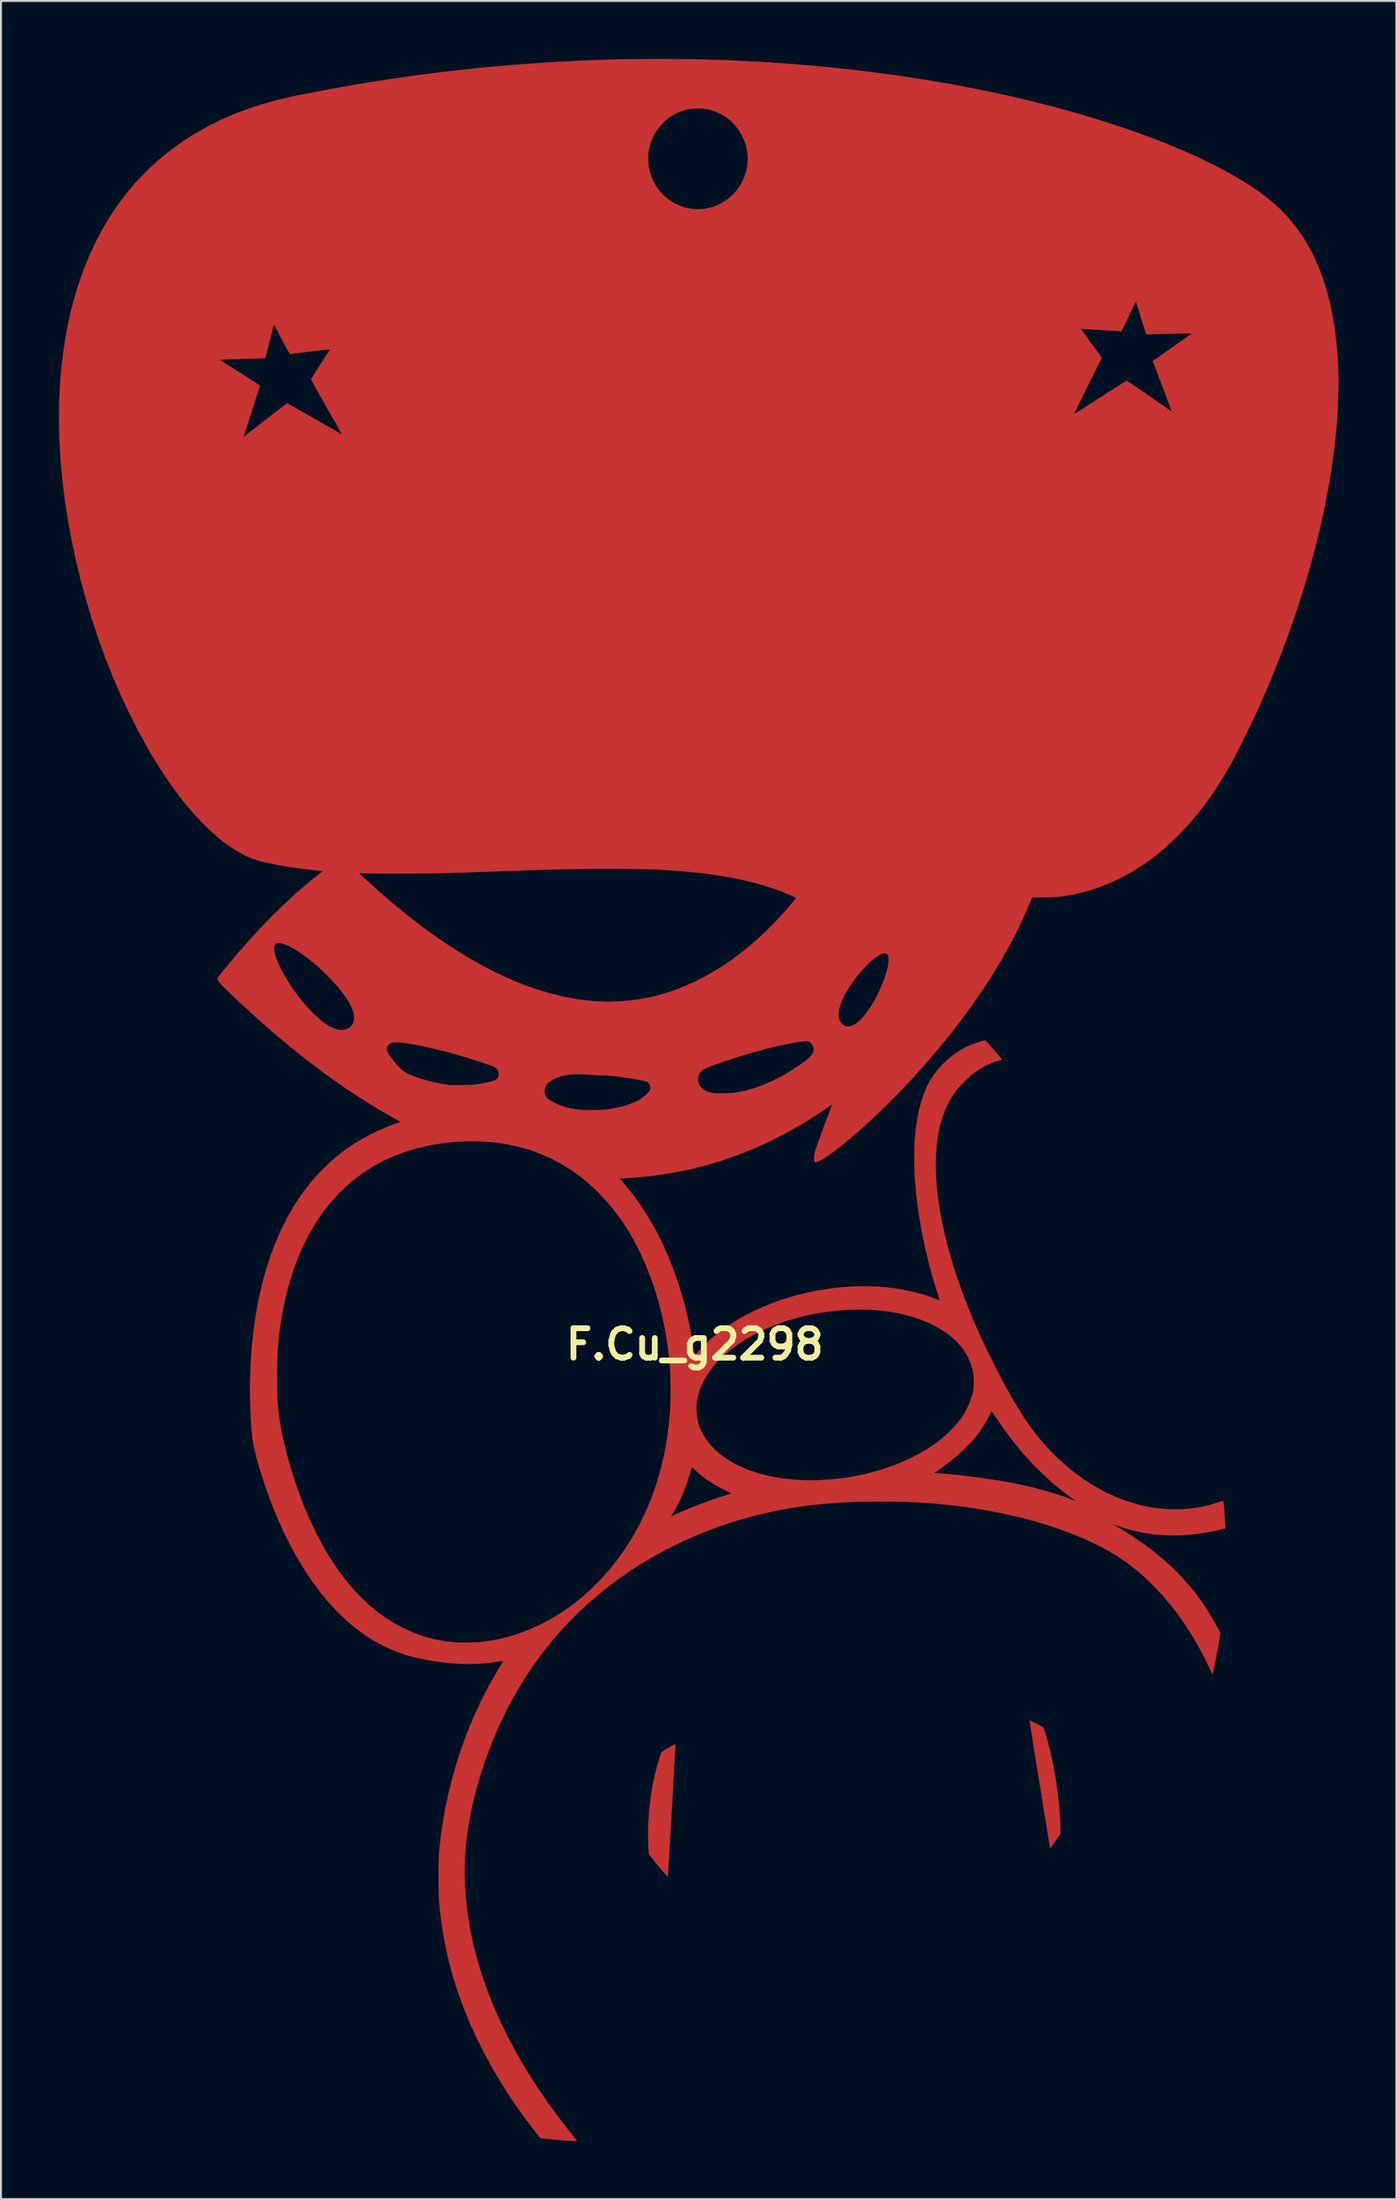
<source format=kicad_pcb>
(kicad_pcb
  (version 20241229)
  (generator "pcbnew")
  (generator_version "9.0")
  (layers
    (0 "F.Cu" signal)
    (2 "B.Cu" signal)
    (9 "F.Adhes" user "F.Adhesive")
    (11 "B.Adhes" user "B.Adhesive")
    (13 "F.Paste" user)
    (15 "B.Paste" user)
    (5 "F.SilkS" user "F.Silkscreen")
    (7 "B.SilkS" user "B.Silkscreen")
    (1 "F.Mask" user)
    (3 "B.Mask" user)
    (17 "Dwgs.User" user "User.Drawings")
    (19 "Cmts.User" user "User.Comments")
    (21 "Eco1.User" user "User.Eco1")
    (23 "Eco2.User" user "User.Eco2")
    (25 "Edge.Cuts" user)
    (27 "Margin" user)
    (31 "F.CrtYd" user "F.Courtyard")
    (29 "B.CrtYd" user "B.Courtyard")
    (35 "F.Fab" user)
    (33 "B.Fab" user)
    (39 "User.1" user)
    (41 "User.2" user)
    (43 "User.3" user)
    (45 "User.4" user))
  (footprint "F.Cu_g2298"
    (layer "F.Cu")
    (at 32.912 66.492)
    (property "Reference" "F.Cu_g2298" (at 0 0 0) (layer "F.SilkS") (effects (font (size 1.524 1.524) (thickness 0.3))))
    (attr through_hole)
    (fp_poly (pts (xy 17.361 19.463) (xy 17.414 19.486) (xy 17.489 19.522) (xy 17.58 19.567) (xy 17.679 19.617) (xy 17.779 19.668) (xy 17.872 19.717) (xy 17.952 19.759) (xy 18.01 19.792) (xy 18.04 19.811) (xy 18.041 19.812) (xy 18.057 19.842) (xy 18.082 19.909) (xy 18.114 20.008) (xy 18.152 20.133) (xy 18.194 20.28) (xy 18.24 20.445) (xy 18.287 20.622) (xy 18.335 20.807) (xy 18.383 20.995) (xy 18.428 21.181) (xy 18.454 21.294) (xy 18.556 21.771) (xy 18.648 22.272) (xy 18.729 22.789) (xy 18.798 23.311) (xy 18.854 23.829) (xy 18.894 24.333) (xy 18.919 24.813) (xy 18.926 25.063) (xy 18.93 25.308) (xy 18.716 25.624) (xy 18.613 25.774) (xy 18.531 25.89) (xy 18.47 25.974) (xy 18.428 26.027) (xy 18.403 26.05) (xy 18.394 26.046) (xy 18.391 26.023) (xy 18.381 25.96) (xy 18.365 25.861) (xy 18.343 25.726) (xy 18.316 25.558) (xy 18.283 25.36) (xy 18.247 25.134) (xy 18.206 24.882) (xy 18.161 24.605) (xy 18.112 24.308) (xy 18.06 23.991) (xy 18.006 23.657) (xy 17.949 23.308) (xy 17.89 22.947) (xy 17.857 22.744) (xy 17.797 22.377) (xy 17.739 22.021) (xy 17.684 21.68) (xy 17.632 21.354) (xy 17.582 21.046) (xy 17.536 20.759) (xy 17.495 20.494) (xy 17.457 20.254) (xy 17.424 20.041) (xy 17.395 19.858) (xy 17.372 19.706) (xy 17.355 19.588) (xy 17.344 19.506) (xy 17.339 19.463) (xy 17.339 19.456) (xy 17.361 19.463)) (stroke (width 0.01) (type solid)) (fill yes) (layer "F.Cu"))
    (fp_poly (pts (xy -1.007 20.705) (xy -1.009 20.766) (xy -1.014 20.865) (xy -1.02 20.997) (xy -1.029 21.161) (xy -1.039 21.353) (xy -1.051 21.571) (xy -1.064 21.813) (xy -1.078 22.075) (xy -1.094 22.354) (xy -1.11 22.649) (xy -1.127 22.956) (xy -1.145 23.273) (xy -1.164 23.597) (xy -1.182 23.925) (xy -1.201 24.254) (xy -1.22 24.583) (xy -1.239 24.907) (xy -1.257 25.225) (xy -1.275 25.534) (xy -1.293 25.83) (xy -1.309 26.112) (xy -1.325 26.376) (xy -1.34 26.62) (xy -1.353 26.842) (xy -1.365 27.037) (xy -1.376 27.205) (xy -1.385 27.341) (xy -1.392 27.444) (xy -1.397 27.51) (xy -1.4 27.537) (xy -1.4 27.538) (xy -1.422 27.523) (xy -1.453 27.488) (xy -1.481 27.454) (xy -1.531 27.396) (xy -1.596 27.321) (xy -1.67 27.236) (xy -1.693 27.21) (xy -1.786 27.103) (xy -1.884 26.985) (xy -1.984 26.863) (xy -2.081 26.742) (xy -2.17 26.628) (xy -2.248 26.526) (xy -2.309 26.441) (xy -2.349 26.381) (xy -2.36 26.361) (xy -2.371 26.315) (xy -2.381 26.233) (xy -2.39 26.12) (xy -2.397 25.98) (xy -2.403 25.82) (xy -2.407 25.644) (xy -2.409 25.459) (xy -2.41 25.27) (xy -2.408 25.081) (xy -2.405 24.899) (xy -2.399 24.729) (xy -2.394 24.627) (xy -2.34 23.933) (xy -2.256 23.268) (xy -2.143 22.628) (xy -1.999 22.012) (xy -1.969 21.897) (xy -1.928 21.751) (xy -1.885 21.605) (xy -1.843 21.466) (xy -1.803 21.34) (xy -1.768 21.232) (xy -1.738 21.151) (xy -1.718 21.1) (xy -1.711 21.089) (xy -1.688 21.071) (xy -1.635 21.038) (xy -1.561 20.993) (xy -1.473 20.94) (xy -1.376 20.884) (xy -1.278 20.827) (xy -1.186 20.775) (xy -1.106 20.731) (xy -1.046 20.699) (xy -1.012 20.683) (xy -1.007 20.683) (xy -1.007 20.705)) (stroke (width 0.01) (type solid)) (fill yes) (layer "F.Cu"))
    (fp_poly (pts (xy -1.065 -66.484) (xy -0.3 -66.475) (xy 0.451 -66.461) (xy 1.178 -66.442) (xy 1.875 -66.417) (xy 2.043 -66.41) (xy 3.526 -66.333) (xy 4.999 -66.233) (xy 6.459 -66.109) (xy 7.904 -65.961) (xy 9.333 -65.79) (xy 10.744 -65.597) (xy 12.135 -65.381) (xy 13.504 -65.143) (xy 14.85 -64.883) (xy 16.17 -64.602) (xy 17.462 -64.299) (xy 18.725 -63.976) (xy 19.958 -63.633) (xy 21.157 -63.269) (xy 22.322 -62.885) (xy 23.072 -62.621) (xy 23.834 -62.337) (xy 24.566 -62.048) (xy 25.267 -61.755) (xy 25.936 -61.457) (xy 26.572 -61.155) (xy 27.173 -60.851) (xy 27.74 -60.544) (xy 28.271 -60.236) (xy 28.764 -59.925) (xy 29.219 -59.615) (xy 29.635 -59.303) (xy 30.011 -58.993) (xy 30.346 -58.683) (xy 30.375 -58.653) (xy 30.762 -58.24) (xy 31.121 -57.8) (xy 31.452 -57.333) (xy 31.755 -56.837) (xy 32.031 -56.314) (xy 32.28 -55.761) (xy 32.502 -55.179) (xy 32.697 -54.566) (xy 32.865 -53.923) (xy 33.007 -53.249) (xy 33.123 -52.543) (xy 33.213 -51.804) (xy 33.277 -51.032) (xy 33.297 -50.684) (xy 33.309 -50.366) (xy 33.315 -50.015) (xy 33.315 -49.638) (xy 33.309 -49.242) (xy 33.298 -48.837) (xy 33.282 -48.429) (xy 33.26 -48.027) (xy 33.234 -47.639) (xy 33.22 -47.466) (xy 33.121 -46.481) (xy 32.988 -45.474) (xy 32.823 -44.446) (xy 32.624 -43.402) (xy 32.394 -42.342) (xy 32.133 -41.269) (xy 31.841 -40.186) (xy 31.519 -39.095) (xy 31.168 -37.999) (xy 30.788 -36.899) (xy 30.381 -35.798) (xy 29.946 -34.698) (xy 29.485 -33.603) (xy 29.147 -32.84) (xy 29.072 -32.676) (xy 28.982 -32.485) (xy 28.882 -32.273) (xy 28.772 -32.045) (xy 28.657 -31.807) (xy 28.538 -31.563) (xy 28.418 -31.32) (xy 28.299 -31.082) (xy 28.185 -30.854) (xy 28.078 -30.643) (xy 27.981 -30.452) (xy 27.896 -30.288) (xy 27.825 -30.156) (xy 27.811 -30.131) (xy 27.39 -29.399) (xy 26.951 -28.706) (xy 26.494 -28.052) (xy 26.021 -27.436) (xy 25.53 -26.859) (xy 25.022 -26.32) (xy 24.497 -25.82) (xy 23.955 -25.359) (xy 23.654 -25.125) (xy 23.14 -24.762) (xy 22.609 -24.431) (xy 22.063 -24.135) (xy 21.506 -23.873) (xy 20.942 -23.649) (xy 20.373 -23.463) (xy 19.804 -23.316) (xy 19.494 -23.254) (xy 19.289 -23.218) (xy 19.112 -23.189) (xy 18.952 -23.167) (xy 18.8 -23.15) (xy 18.646 -23.139) (xy 18.479 -23.131) (xy 18.29 -23.127) (xy 18.07 -23.125) (xy 18.067 -23.125) (xy 17.454 -23.121) (xy 17.304 -22.752) (xy 16.993 -22.033) (xy 16.643 -21.303) (xy 16.255 -20.563) (xy 15.83 -19.814) (xy 15.37 -19.059) (xy 14.875 -18.3) (xy 14.347 -17.537) (xy 13.787 -16.774) (xy 13.196 -16.01) (xy 12.575 -15.249) (xy 11.926 -14.492) (xy 11.249 -13.74) (xy 11.208 -13.696) (xy 10.854 -13.319) (xy 10.493 -12.944) (xy 10.128 -12.575) (xy 9.76 -12.213) (xy 9.394 -11.861) (xy 9.031 -11.522) (xy 8.675 -11.198) (xy 8.328 -10.892) (xy 7.994 -10.606) (xy 7.675 -10.344) (xy 7.374 -10.107) (xy 7.094 -9.898) (xy 6.861 -9.736) (xy 6.676 -9.616) (xy 6.521 -9.524) (xy 6.397 -9.462) (xy 6.304 -9.429) (xy 6.249 -9.423) (xy 6.221 -9.428) (xy 6.204 -9.44) (xy 6.194 -9.468) (xy 6.189 -9.52) (xy 6.185 -9.606) (xy 6.185 -9.614) (xy 6.188 -9.768) (xy 6.21 -9.914) (xy 6.224 -9.973) (xy 6.24 -10.027) (xy 6.269 -10.115) (xy 6.311 -10.235) (xy 6.362 -10.381) (xy 6.423 -10.548) (xy 6.49 -10.734) (xy 6.563 -10.933) (xy 6.64 -11.141) (xy 6.677 -11.239) (xy 6.754 -11.445) (xy 6.827 -11.64) (xy 6.894 -11.82) (xy 6.954 -11.982) (xy 7.006 -12.121) (xy 7.048 -12.234) (xy 7.079 -12.318) (xy 7.097 -12.368) (xy 7.101 -12.379) (xy 7.106 -12.403) (xy 7.096 -12.408) (xy 7.066 -12.391) (xy 7.009 -12.35) (xy 6.999 -12.343) (xy 6.91 -12.279) (xy 6.792 -12.198) (xy 6.649 -12.102) (xy 6.49 -11.996) (xy 6.319 -11.885) (xy 6.144 -11.772) (xy 5.971 -11.661) (xy 5.806 -11.556) (xy 5.654 -11.463) (xy 5.524 -11.383) (xy 5.518 -11.38) (xy 4.708 -10.921) (xy 3.888 -10.503) (xy 3.058 -10.127) (xy 2.218 -9.791) (xy 1.367 -9.496) (xy 0.506 -9.243) (xy -0.366 -9.03) (xy -1.249 -8.857) (xy -2.144 -8.726) (xy -3.05 -8.635) (xy -3.454 -8.608) (xy -3.892 -8.583) (xy -3.696 -8.356) (xy -3.238 -7.796) (xy -2.808 -7.204) (xy -2.405 -6.579) (xy -2.029 -5.923) (xy -1.68 -5.235) (xy -1.359 -4.514) (xy -1.064 -3.76) (xy -0.796 -2.975) (xy -0.603 -2.332) (xy -0.502 -1.955) (xy -0.403 -1.557) (xy -0.31 -1.148) (xy -0.225 -0.741) (xy -0.15 -0.346) (xy -0.088 0.024) (xy -0.074 0.116) (xy -0.055 0.241) (xy -0.037 0.353) (xy -0.022 0.444) (xy -0.01 0.508) (xy -0.003 0.535) (xy 0.008 0.546) (xy 0.029 0.538) (xy 0.064 0.507) (xy 0.118 0.45) (xy 0.18 0.379) (xy 0.531 0.007) (xy 0.918 -0.35) (xy 1.341 -0.689) (xy 1.796 -1.01) (xy 2.281 -1.311) (xy 2.794 -1.591) (xy 3.333 -1.85) (xy 3.895 -2.086) (xy 4.477 -2.298) (xy 5.079 -2.484) (xy 5.696 -2.645) (xy 6.327 -2.777) (xy 6.943 -2.878) (xy 7.469 -2.94) (xy 8.007 -2.981) (xy 8.545 -3.002) (xy 9.076 -3) (xy 9.59 -2.978) (xy 10.078 -2.933) (xy 10.107 -2.93) (xy 10.513 -2.873) (xy 10.918 -2.799) (xy 11.314 -2.713) (xy 11.693 -2.613) (xy 12.048 -2.504) (xy 12.372 -2.387) (xy 12.495 -2.336) (xy 12.573 -2.304) (xy 12.635 -2.279) (xy 12.673 -2.266) (xy 12.678 -2.265) (xy 12.677 -2.284) (xy 12.665 -2.337) (xy 12.643 -2.417) (xy 12.612 -2.518) (xy 12.579 -2.619) (xy 12.343 -3.385) (xy 12.13 -4.165) (xy 11.939 -4.953) (xy 11.774 -5.741) (xy 11.634 -6.525) (xy 11.522 -7.297) (xy 11.437 -8.052) (xy 11.388 -8.693) (xy 11.38 -8.868) (xy 11.374 -9.073) (xy 11.37 -9.297) (xy 11.368 -9.532) (xy 11.368 -9.77) (xy 11.37 -10) (xy 11.375 -10.213) (xy 11.381 -10.401) (xy 11.388 -10.53) (xy 11.438 -11.086) (xy 11.51 -11.607) (xy 11.605 -12.093) (xy 11.723 -12.544) (xy 11.863 -12.961) (xy 12.025 -13.342) (xy 12.209 -13.688) (xy 12.377 -13.944) (xy 12.587 -14.213) (xy 12.825 -14.475) (xy 13.081 -14.722) (xy 13.348 -14.945) (xy 13.615 -15.136) (xy 13.624 -15.142) (xy 13.827 -15.262) (xy 14.058 -15.38) (xy 14.303 -15.491) (xy 14.55 -15.589) (xy 14.783 -15.667) (xy 14.86 -15.688) (xy 14.943 -15.71) (xy 14.996 -15.721) (xy 15.028 -15.721) (xy 15.052 -15.711) (xy 15.073 -15.693) (xy 15.104 -15.662) (xy 15.156 -15.605) (xy 15.225 -15.529) (xy 15.306 -15.437) (xy 15.395 -15.335) (xy 15.488 -15.228) (xy 15.581 -15.12) (xy 15.669 -15.017) (xy 15.748 -14.924) (xy 15.814 -14.845) (xy 15.862 -14.786) (xy 15.888 -14.751) (xy 15.892 -14.745) (xy 15.876 -14.724) (xy 15.821 -14.702) (xy 15.775 -14.691) (xy 15.583 -14.637) (xy 15.371 -14.56) (xy 15.152 -14.465) (xy 14.937 -14.357) (xy 14.739 -14.241) (xy 14.726 -14.233) (xy 14.531 -14.096) (xy 14.323 -13.931) (xy 14.112 -13.745) (xy 13.907 -13.548) (xy 13.716 -13.346) (xy 13.56 -13.164) (xy 13.329 -12.843) (xy 13.125 -12.491) (xy 12.949 -12.109) (xy 12.8 -11.698) (xy 12.68 -11.26) (xy 12.586 -10.794) (xy 12.52 -10.302) (xy 12.482 -9.786) (xy 12.47 -9.245) (xy 12.486 -8.681) (xy 12.529 -8.095) (xy 12.599 -7.488) (xy 12.695 -6.86) (xy 12.819 -6.214) (xy 12.969 -5.549) (xy 13.146 -4.867) (xy 13.35 -4.169) (xy 13.58 -3.455) (xy 13.836 -2.728) (xy 14.119 -1.986) (xy 14.428 -1.233) (xy 14.628 -0.77) (xy 14.81 -0.366) (xy 15.005 0.053) (xy 15.212 0.48) (xy 15.426 0.912) (xy 15.646 1.342) (xy 15.868 1.765) (xy 16.09 2.177) (xy 16.31 2.573) (xy 16.525 2.947) (xy 16.731 3.295) (xy 16.927 3.611) (xy 17.034 3.778) (xy 17.419 4.332) (xy 17.828 4.858) (xy 18.259 5.353) (xy 18.711 5.817) (xy 19.182 6.249) (xy 19.67 6.648) (xy 20.175 7.012) (xy 20.695 7.34) (xy 21.228 7.631) (xy 21.772 7.884) (xy 22.326 8.098) (xy 22.889 8.272) (xy 23.027 8.308) (xy 23.466 8.407) (xy 23.891 8.476) (xy 24.316 8.519) (xy 24.756 8.537) (xy 24.881 8.537) (xy 25.371 8.522) (xy 25.838 8.475) (xy 26.293 8.397) (xy 26.742 8.285) (xy 27.133 8.16) (xy 27.222 8.13) (xy 27.295 8.106) (xy 27.343 8.093) (xy 27.359 8.09) (xy 27.365 8.115) (xy 27.373 8.177) (xy 27.383 8.268) (xy 27.393 8.384) (xy 27.404 8.519) (xy 27.415 8.666) (xy 27.425 8.82) (xy 27.431 8.922) (xy 27.439 9.053) (xy 27.447 9.178) (xy 27.454 9.287) (xy 27.459 9.37) (xy 27.462 9.411) (xy 27.471 9.519) (xy 27.129 9.596) (xy 26.772 9.673) (xy 26.441 9.735) (xy 26.124 9.784) (xy 25.808 9.822) (xy 25.481 9.851) (xy 25.225 9.867) (xy 24.89 9.878) (xy 24.538 9.876) (xy 24.183 9.861) (xy 23.842 9.833) (xy 23.643 9.81) (xy 23.308 9.757) (xy 22.957 9.688) (xy 22.605 9.603) (xy 22.265 9.509) (xy 21.949 9.406) (xy 21.872 9.378) (xy 21.782 9.346) (xy 21.707 9.32) (xy 21.657 9.303) (xy 21.639 9.299) (xy 21.655 9.311) (xy 21.702 9.34) (xy 21.773 9.383) (xy 21.864 9.437) (xy 21.944 9.483) (xy 22.404 9.761) (xy 22.862 10.062) (xy 23.314 10.382) (xy 23.752 10.715) (xy 24.17 11.057) (xy 24.562 11.402) (xy 24.921 11.746) (xy 25.043 11.871) (xy 25.369 12.22) (xy 25.666 12.561) (xy 25.941 12.901) (xy 26.198 13.248) (xy 26.444 13.61) (xy 26.683 13.995) (xy 26.922 14.409) (xy 27.037 14.619) (xy 27.199 14.919) (xy 27.167 15.159) (xy 27.147 15.295) (xy 27.122 15.451) (xy 27.094 15.622) (xy 27.062 15.802) (xy 27.028 15.987) (xy 26.994 16.171) (xy 26.959 16.351) (xy 26.925 16.52) (xy 26.893 16.674) (xy 26.864 16.807) (xy 26.838 16.916) (xy 26.818 16.995) (xy 26.803 17.038) (xy 26.799 17.044) (xy 26.785 17.034) (xy 26.76 16.993) (xy 26.729 16.929) (xy 26.724 16.917) (xy 26.695 16.852) (xy 26.651 16.759) (xy 26.598 16.645) (xy 26.538 16.519) (xy 26.477 16.394) (xy 26.159 15.775) (xy 25.816 15.175) (xy 25.449 14.594) (xy 25.061 14.036) (xy 24.654 13.504) (xy 24.229 12.999) (xy 23.79 12.525) (xy 23.338 12.084) (xy 22.875 11.679) (xy 22.403 11.313) (xy 22.257 11.208) (xy 21.791 10.902) (xy 21.286 10.608) (xy 20.745 10.327) (xy 20.17 10.06) (xy 19.562 9.807) (xy 18.925 9.569) (xy 18.259 9.347) (xy 18.039 9.282) (xy 21.59 9.282) (xy 21.601 9.292) (xy 21.611 9.282) (xy 21.601 9.271) (xy 21.59 9.282) (xy 18.039 9.282) (xy 17.968 9.26) (xy 21.548 9.26) (xy 21.558 9.271) (xy 21.569 9.26) (xy 21.558 9.25) (xy 21.548 9.26) (xy 17.968 9.26) (xy 17.568 9.141) (xy 16.854 8.953) (xy 16.118 8.782) (xy 15.362 8.629) (xy 14.59 8.495) (xy 13.802 8.381) (xy 13.002 8.288) (xy 12.901 8.278) (xy 12.456 8.236) (xy 12.027 8.202) (xy 11.605 8.175) (xy 11.181 8.154) (xy 10.745 8.14) (xy 10.288 8.131) (xy 9.801 8.127) (xy 9.652 8.127) (xy 9.226 8.129) (xy 8.833 8.134) (xy 8.463 8.142) (xy 8.107 8.155) (xy 7.756 8.172) (xy 7.399 8.193) (xy 7.029 8.22) (xy 6.72 8.245) (xy 5.787 8.344) (xy 4.861 8.482) (xy 3.942 8.66) (xy 3.035 8.876) (xy 2.14 9.129) (xy 1.259 9.419) (xy 0.394 9.746) (xy -0.453 10.109) (xy -1.279 10.506) (xy -2.084 10.938) (xy -2.865 11.403) (xy -3.302 11.686) (xy -4.048 12.207) (xy -4.762 12.756) (xy -5.445 13.334) (xy -6.096 13.939) (xy -6.716 14.573) (xy -7.303 15.234) (xy -7.859 15.922) (xy -8.382 16.637) (xy -8.873 17.379) (xy -9.331 18.148) (xy -9.756 18.943) (xy -10.148 19.764) (xy -10.508 20.61) (xy -10.834 21.483) (xy -11.126 22.381) (xy -11.301 22.987) (xy -11.492 23.744) (xy -11.647 24.484) (xy -11.766 25.211) (xy -11.85 25.93) (xy -11.898 26.645) (xy -11.911 27.361) (xy -11.89 28.082) (xy -11.834 28.812) (xy -11.768 29.385) (xy -11.638 30.205) (xy -11.467 31.028) (xy -11.254 31.856) (xy -10.999 32.687) (xy -10.703 33.52) (xy -10.365 34.357) (xy -9.985 35.196) (xy -9.565 36.038) (xy -9.103 36.881) (xy -8.601 37.725) (xy -8.112 38.488) (xy -7.657 39.154) (xy -7.163 39.832) (xy -6.631 40.524) (xy -6.399 40.815) (xy -6.312 40.922) (xy -6.235 41.019) (xy -6.172 41.1) (xy -6.125 41.16) (xy -6.1 41.195) (xy -6.096 41.201) (xy -6.108 41.206) (xy -6.146 41.208) (xy -6.215 41.207) (xy -6.316 41.203) (xy -6.454 41.195) (xy -6.562 41.188) (xy -6.714 41.177) (xy -6.891 41.164) (xy -7.083 41.148) (xy -7.277 41.131) (xy -7.464 41.114) (xy -7.632 41.098) (xy -7.771 41.083) (xy -7.789 41.081) (xy -7.99 41.058) (xy -8.202 40.793) (xy -8.787 40.029) (xy -9.344 39.246) (xy -9.87 38.445) (xy -10.362 37.631) (xy -10.821 36.806) (xy -11.243 35.974) (xy -11.626 35.138) (xy -11.969 34.301) (xy -11.977 34.279) (xy -12.269 33.475) (xy -12.521 32.675) (xy -12.737 31.876) (xy -12.916 31.07) (xy -13.061 30.251) (xy -13.173 29.414) (xy -13.233 28.797) (xy -13.241 28.678) (xy -13.247 28.522) (xy -13.253 28.338) (xy -13.256 28.13) (xy -13.259 27.907) (xy -13.26 27.673) (xy -13.26 27.436) (xy -13.259 27.203) (xy -13.256 26.979) (xy -13.252 26.772) (xy -13.247 26.587) (xy -13.241 26.432) (xy -13.234 26.321) (xy -13.156 25.558) (xy -13.046 24.777) (xy -12.905 23.985) (xy -12.734 23.189) (xy -12.535 22.396) (xy -12.309 21.613) (xy -12.097 20.959) (xy -11.784 20.102) (xy -11.437 19.261) (xy -11.057 18.44) (xy -10.645 17.642) (xy -10.205 16.872) (xy -10.07 16.651) (xy -10.012 16.557) (xy -9.964 16.475) (xy -9.93 16.413) (xy -9.912 16.377) (xy -9.911 16.371) (xy -9.935 16.37) (xy -9.99 16.376) (xy -10.065 16.388) (xy -10.088 16.393) (xy -10.607 16.471) (xy -11.15 16.517) (xy -11.713 16.532) (xy -12.293 16.515) (xy -12.886 16.466) (xy -13.488 16.387) (xy -13.814 16.331) (xy -14.19 16.257) (xy -14.53 16.18) (xy -14.844 16.097) (xy -15.14 16.006) (xy -15.424 15.903) (xy -15.706 15.788) (xy -15.992 15.657) (xy -16.118 15.595) (xy -16.617 15.324) (xy -17.104 15.012) (xy -17.579 14.66) (xy -18.041 14.269) (xy -18.49 13.84) (xy -18.926 13.372) (xy -19.347 12.866) (xy -19.755 12.322) (xy -20.147 11.742) (xy -20.525 11.126) (xy -20.887 10.473) (xy -21.234 9.785) (xy -21.564 9.062) (xy -21.691 8.763) (xy -21.815 8.459) (xy -21.938 8.141) (xy -22.06 7.812) (xy -22.179 7.477) (xy -22.293 7.141) (xy -22.402 6.807) (xy -22.503 6.48) (xy -22.596 6.165) (xy -22.68 5.866) (xy -22.752 5.587) (xy -22.811 5.333) (xy -22.857 5.109) (xy -22.888 4.917) (xy -22.892 4.882) (xy -22.942 4.377) (xy -22.98 3.84) (xy -23.005 3.278) (xy -23.017 2.698) (xy -23.017 2.108) (xy -23.008 1.651) (xy -21.621 1.651) (xy -21.62 1.947) (xy -21.619 2.207) (xy -21.615 2.437) (xy -21.61 2.644) (xy -21.602 2.833) (xy -21.591 3.012) (xy -21.578 3.186) (xy -21.561 3.362) (xy -21.54 3.546) (xy -21.516 3.745) (xy -21.504 3.836) (xy -21.459 4.133) (xy -21.398 4.463) (xy -21.324 4.819) (xy -21.237 5.197) (xy -21.139 5.588) (xy -21.031 5.989) (xy -20.916 6.392) (xy -20.794 6.791) (xy -20.729 6.996) (xy -20.467 7.751) (xy -20.187 8.476) (xy -19.887 9.169) (xy -19.57 9.828) (xy -19.234 10.455) (xy -18.881 11.047) (xy -18.51 11.604) (xy -18.124 12.126) (xy -17.721 12.611) (xy -17.304 13.059) (xy -16.871 13.47) (xy -16.423 13.841) (xy -15.962 14.173) (xy -15.96 14.175) (xy -15.489 14.466) (xy -15.005 14.72) (xy -14.511 14.936) (xy -14.01 15.114) (xy -13.503 15.251) (xy -12.995 15.348) (xy -12.689 15.386) (xy -12.588 15.397) (xy -12.495 15.406) (xy -12.425 15.414) (xy -12.393 15.418) (xy -12.334 15.422) (xy -12.239 15.425) (xy -12.116 15.425) (xy -11.972 15.424) (xy -11.813 15.422) (xy -11.646 15.418) (xy -11.478 15.413) (xy -11.317 15.407) (xy -11.169 15.401) (xy -11.041 15.393) (xy -10.939 15.386) (xy -10.884 15.38) (xy -10.47 15.316) (xy -10.079 15.238) (xy -9.697 15.143) (xy -9.305 15.026) (xy -9.183 14.987) (xy -8.596 14.77) (xy -8.022 14.513) (xy -7.46 14.217) (xy -6.913 13.884) (xy -6.382 13.515) (xy -5.869 13.11) (xy -5.375 12.672) (xy -4.902 12.201) (xy -4.451 11.699) (xy -4.024 11.166) (xy -3.636 10.626) (xy -3.236 9.998) (xy -2.872 9.348) (xy -2.655 8.904) (xy -1.241 8.904) (xy -0.897 8.75) (xy -0.763 8.691) (xy -0.604 8.623) (xy -0.433 8.551) (xy -0.264 8.481) (xy -0.126 8.425) (xy 0.278 8.268) (xy 0.686 8.117) (xy 19.748 8.117) (xy 19.759 8.128) (xy 19.77 8.117) (xy 19.759 8.107) (xy 19.748 8.117) (xy 0.686 8.117) (xy 0.696 8.114) (xy 1.114 7.968) (xy 1.521 7.833) (xy 1.892 7.719) (xy 1.88 7.708) (xy 1.835 7.682) (xy 1.761 7.643) (xy 1.666 7.593) (xy 1.553 7.536) (xy 1.501 7.51) (xy 1.107 7.301) (xy 0.75 7.081) (xy 0.424 6.848) (xy 0.126 6.597) (xy 0.014 6.493) (xy -0.053 6.43) (xy -0.108 6.384) (xy -0.146 6.359) (xy -0.159 6.357) (xy -0.168 6.386) (xy -0.185 6.447) (xy -0.209 6.532) (xy -0.237 6.631) (xy -0.241 6.646) (xy -0.384 7.111) (xy -0.547 7.558) (xy -0.728 7.982) (xy -0.925 8.375) (xy -1.118 8.708) (xy -1.241 8.904) (xy -2.655 8.904) (xy -2.544 8.677) (xy -2.253 7.984) (xy -1.998 7.27) (xy -1.779 6.535) (xy -1.597 5.779) (xy -1.452 5.003) (xy -1.343 4.206) (xy -1.273 3.414) (xy 0.087 3.414) (xy 0.11 3.695) (xy 0.158 3.968) (xy 0.227 4.22) (xy 0.255 4.297) (xy 0.399 4.61) (xy 0.581 4.909) (xy 0.8 5.192) (xy 1.055 5.458) (xy 1.344 5.706) (xy 1.666 5.937) (xy 2.019 6.148) (xy 2.402 6.338) (xy 2.814 6.508) (xy 3.252 6.656) (xy 3.716 6.781) (xy 4.205 6.882) (xy 4.572 6.94) (xy 5.148 7.003) (xy 5.738 7.033) (xy 6.346 7.03) (xy 6.977 6.995) (xy 6.996 6.994) (xy 7.615 6.928) (xy 8.227 6.832) (xy 8.828 6.707) (xy 9.072 6.643) (xy 12.4 6.643) (xy 12.492 6.655) (xy 12.564 6.663) (xy 12.656 6.672) (xy 12.721 6.677) (xy 13.398 6.739) (xy 14.071 6.813) (xy 14.734 6.897) (xy 15.38 6.991) (xy 16.003 7.093) (xy 16.597 7.204) (xy 17.155 7.322) (xy 17.171 7.325) (xy 17.454 7.392) (xy 17.751 7.468) (xy 18.053 7.55) (xy 18.355 7.637) (xy 18.647 7.726) (xy 18.924 7.814) (xy 19.177 7.901) (xy 19.399 7.983) (xy 19.494 8.02) (xy 19.604 8.064) (xy 19.676 8.091) (xy 19.714 8.101) (xy 19.719 8.095) (xy 19.694 8.074) (xy 19.686 8.069) (xy 19.107 7.646) (xy 18.547 7.19) (xy 18.005 6.699) (xy 17.48 6.172) (xy 16.972 5.608) (xy 16.478 5.006) (xy 15.999 4.366) (xy 15.555 3.721) (xy 15.493 3.627) (xy 15.439 3.548) (xy 15.397 3.489) (xy 15.372 3.456) (xy 15.367 3.452) (xy 15.354 3.47) (xy 15.327 3.519) (xy 15.288 3.593) (xy 15.242 3.686) (xy 15.221 3.729) (xy 15.102 3.951) (xy 14.959 4.189) (xy 14.798 4.431) (xy 14.627 4.667) (xy 14.531 4.789) (xy 14.414 4.929) (xy 14.272 5.086) (xy 14.116 5.251) (xy 13.954 5.414) (xy 13.795 5.568) (xy 13.648 5.701) (xy 13.621 5.725) (xy 13.521 5.808) (xy 13.395 5.91) (xy 13.251 6.023) (xy 13.097 6.141) (xy 12.942 6.258) (xy 12.794 6.368) (xy 12.662 6.463) (xy 12.577 6.523) (xy 12.4 6.643) (xy 9.072 6.643) (xy 9.416 6.554) (xy 9.987 6.374) (xy 10.538 6.169) (xy 11.066 5.939) (xy 11.567 5.686) (xy 12.039 5.411) (xy 12.479 5.115) (xy 12.723 4.93) (xy 13.069 4.635) (xy 13.378 4.327) (xy 13.651 4.009) (xy 13.887 3.681) (xy 14.083 3.346) (xy 14.24 3.004) (xy 14.357 2.657) (xy 14.397 2.491) (xy 14.428 2.301) (xy 14.444 2.087) (xy 14.448 1.863) (xy 14.437 1.642) (xy 14.413 1.441) (xy 14.396 1.355) (xy 14.301 1.019) (xy 14.166 0.698) (xy 13.994 0.393) (xy 13.784 0.104) (xy 13.538 -0.168) (xy 13.255 -0.422) (xy 12.939 -0.658) (xy 12.588 -0.874) (xy 12.204 -1.071) (xy 11.787 -1.248) (xy 11.34 -1.404) (xy 10.861 -1.538) (xy 10.71 -1.574) (xy 10.301 -1.658) (xy 9.884 -1.722) (xy 9.451 -1.767) (xy 8.994 -1.793) (xy 8.507 -1.802) (xy 8.498 -1.802) (xy 7.911 -1.788) (xy 7.329 -1.745) (xy 6.752 -1.676) (xy 6.185 -1.581) (xy 5.628 -1.461) (xy 5.085 -1.317) (xy 4.557 -1.15) (xy 4.047 -0.961) (xy 3.557 -0.751) (xy 3.09 -0.521) (xy 2.648 -0.271) (xy 2.232 -0.004) (xy 1.846 0.281) (xy 1.492 0.582) (xy 1.171 0.898) (xy 0.887 1.228) (xy 0.672 1.524) (xy 0.483 1.838) (xy 0.328 2.16) (xy 0.209 2.483) (xy 0.128 2.804) (xy 0.115 2.876) (xy 0.088 3.137) (xy 0.087 3.414) (xy -1.273 3.414) (xy -1.271 3.39) (xy -1.27 3.376) (xy -1.263 3.226) (xy -1.257 3.041) (xy -1.253 2.831) (xy -1.25 2.604) (xy -1.25 2.369) (xy -1.251 2.133) (xy -1.253 1.905) (xy -1.257 1.694) (xy -1.263 1.509) (xy -1.27 1.376) (xy -1.33 0.643) (xy -1.422 -0.087) (xy -1.545 -0.811) (xy -1.697 -1.525) (xy -1.878 -2.227) (xy -2.086 -2.913) (xy -2.322 -3.58) (xy -2.582 -4.225) (xy -2.868 -4.845) (xy -3.177 -5.436) (xy -3.509 -5.996) (xy -3.741 -6.35) (xy -4.133 -6.886) (xy -4.545 -7.386) (xy -4.979 -7.85) (xy -5.434 -8.278) (xy -5.909 -8.67) (xy -6.403 -9.025) (xy -6.916 -9.342) (xy -7.448 -9.623) (xy -7.997 -9.865) (xy -8.564 -10.069) (xy -9.148 -10.234) (xy -9.748 -10.361) (xy -10.363 -10.449) (xy -10.53 -10.466) (xy -11.169 -10.505) (xy -11.813 -10.507) (xy -12.457 -10.472) (xy -13.097 -10.402) (xy -13.726 -10.296) (xy -14.341 -10.155) (xy -14.935 -9.98) (xy -14.965 -9.97) (xy -15.538 -9.758) (xy -16.087 -9.511) (xy -16.612 -9.229) (xy -17.114 -8.913) (xy -17.591 -8.563) (xy -18.043 -8.18) (xy -18.471 -7.764) (xy -18.873 -7.315) (xy -19.249 -6.835) (xy -19.6 -6.323) (xy -19.924 -5.78) (xy -20.221 -5.207) (xy -20.492 -4.603) (xy -20.735 -3.969) (xy -20.951 -3.306) (xy -21.138 -2.615) (xy -21.298 -1.894) (xy -21.429 -1.146) (xy -21.429 -1.143) (xy -21.473 -0.848) (xy -21.509 -0.573) (xy -21.54 -0.31) (xy -21.565 -0.053) (xy -21.584 0.205) (xy -21.599 0.473) (xy -21.609 0.756) (xy -21.616 1.063) (xy -21.62 1.399) (xy -21.621 1.651) (xy -23.008 1.651) (xy -23.005 1.515) (xy -22.98 0.928) (xy -22.942 0.354) (xy -22.922 0.106) (xy -22.832 -0.735) (xy -22.713 -1.551) (xy -22.567 -2.342) (xy -22.394 -3.106) (xy -22.194 -3.843) (xy -21.966 -4.551) (xy -21.713 -5.229) (xy -21.433 -5.876) (xy -21.127 -6.492) (xy -20.796 -7.075) (xy -20.78 -7.101) (xy -20.475 -7.576) (xy -20.16 -8.016) (xy -19.828 -8.432) (xy -19.472 -8.831) (xy -19.153 -9.155) (xy -18.765 -9.518) (xy -18.376 -9.845) (xy -17.979 -10.143) (xy -17.563 -10.419) (xy -17.121 -10.677) (xy -16.753 -10.87) (xy -16.481 -11.004) (xy -16.228 -11.121) (xy -15.982 -11.225) (xy -15.727 -11.325) (xy -15.476 -11.416) (xy -15.215 -11.508) (xy -15.572 -11.705) (xy -16.438 -12.204) (xy -17.309 -12.743) (xy -17.812 -13.077) (xy -7.783 -13.077) (xy -7.761 -12.941) (xy -7.697 -12.814) (xy -7.593 -12.699) (xy -7.52 -12.642) (xy -7.302 -12.511) (xy -7.051 -12.395) (xy -6.772 -12.298) (xy -6.471 -12.22) (xy -6.154 -12.164) (xy -6.054 -12.151) (xy -5.958 -12.14) (xy -5.871 -12.13) (xy -5.807 -12.122) (xy -5.789 -12.12) (xy -5.75 -12.117) (xy -5.676 -12.116) (xy -5.573 -12.116) (xy -5.448 -12.116) (xy -5.308 -12.117) (xy -5.218 -12.118) (xy -5.012 -12.122) (xy -4.839 -12.129) (xy -4.689 -12.138) (xy -4.554 -12.152) (xy -4.423 -12.169) (xy -4.413 -12.171) (xy -4.021 -12.241) (xy -3.666 -12.328) (xy -3.345 -12.432) (xy -3.056 -12.554) (xy -2.849 -12.663) (xy -2.761 -12.721) (xy -2.658 -12.799) (xy -2.553 -12.888) (xy -2.454 -12.979) (xy -2.374 -13.062) (xy -2.334 -13.11) (xy -2.294 -13.197) (xy -2.287 -13.296) (xy -2.312 -13.397) (xy -2.365 -13.49) (xy -2.442 -13.563) (xy -2.473 -13.582) (xy -2.512 -13.599) (xy -2.562 -13.616) (xy -2.627 -13.634) (xy -2.713 -13.653) (xy -2.823 -13.674) (xy -2.961 -13.699) (xy -3.132 -13.728) (xy -3.202 -13.739) (xy 0.162 -13.739) (xy 0.181 -13.568) (xy 0.237 -13.416) (xy 0.328 -13.286) (xy 0.455 -13.178) (xy 0.616 -13.091) (xy 0.811 -13.028) (xy 0.98 -12.996) (xy 1.083 -12.987) (xy 1.218 -12.982) (xy 1.376 -12.982) (xy 1.547 -12.985) (xy 1.722 -12.991) (xy 1.892 -13.001) (xy 2.046 -13.014) (xy 2.176 -13.03) (xy 2.212 -13.036) (xy 2.674 -13.134) (xy 3.144 -13.273) (xy 3.62 -13.45) (xy 4.099 -13.663) (xy 4.578 -13.913) (xy 5.055 -14.198) (xy 5.527 -14.517) (xy 5.652 -14.607) (xy 5.804 -14.725) (xy 5.932 -14.837) (xy 6.033 -14.941) (xy 6.102 -15.031) (xy 6.129 -15.08) (xy 6.156 -15.197) (xy 6.149 -15.322) (xy 6.111 -15.443) (xy 6.045 -15.55) (xy 5.957 -15.634) (xy 5.92 -15.656) (xy 5.86 -15.676) (xy 5.777 -15.685) (xy 5.667 -15.682) (xy 5.526 -15.668) (xy 5.35 -15.642) (xy 5.237 -15.623) (xy 4.811 -15.543) (xy 4.398 -15.457) (xy 3.985 -15.362) (xy 3.561 -15.255) (xy 3.115 -15.134) (xy 2.923 -15.079) (xy 2.77 -15.034) (xy 2.596 -14.981) (xy 2.404 -14.921) (xy 2.201 -14.856) (xy 1.99 -14.788) (xy 1.778 -14.718) (xy 1.568 -14.648) (xy 1.367 -14.58) (xy 1.178 -14.516) (xy 1.007 -14.456) (xy 0.859 -14.403) (xy 0.74 -14.358) (xy 0.653 -14.323) (xy 0.622 -14.31) (xy 0.45 -14.214) (xy 0.317 -14.105) (xy 0.226 -13.983) (xy 0.174 -13.85) (xy 0.162 -13.739) (xy -3.202 -13.739) (xy -3.34 -13.762) (xy -3.376 -13.767) (xy -3.618 -13.806) (xy -3.824 -13.837) (xy -4.001 -13.861) (xy -4.154 -13.879) (xy -4.289 -13.893) (xy -4.413 -13.901) (xy -4.53 -13.905) (xy -4.632 -13.907) (xy -4.728 -13.908) (xy -4.853 -13.913) (xy -4.998 -13.921) (xy -5.15 -13.93) (xy -5.281 -13.94) (xy -5.513 -13.955) (xy -5.741 -13.966) (xy -5.959 -13.972) (xy -6.16 -13.973) (xy -6.337 -13.969) (xy -6.485 -13.96) (xy -6.572 -13.95) (xy -6.795 -13.905) (xy -7.005 -13.844) (xy -7.199 -13.769) (xy -7.371 -13.682) (xy -7.515 -13.587) (xy -7.628 -13.485) (xy -7.704 -13.379) (xy -7.705 -13.377) (xy -7.765 -13.223) (xy -7.783 -13.077) (xy -17.812 -13.077) (xy -18.183 -13.323) (xy -19.062 -13.945) (xy -19.946 -14.607) (xy -20.792 -15.277) (xy -15.95 -15.277) (xy -15.949 -15.262) (xy -15.917 -15.162) (xy -15.856 -15.041) (xy -15.772 -14.905) (xy -15.669 -14.76) (xy -15.551 -14.611) (xy -15.424 -14.465) (xy -15.291 -14.327) (xy -15.157 -14.203) (xy -15.05 -14.116) (xy -14.932 -14.041) (xy -14.777 -13.963) (xy -14.59 -13.884) (xy -14.377 -13.805) (xy -14.142 -13.729) (xy -13.892 -13.657) (xy -13.631 -13.59) (xy -13.364 -13.53) (xy -13.097 -13.478) (xy -12.835 -13.436) (xy -12.721 -13.421) (xy -12.626 -13.413) (xy -12.496 -13.408) (xy -12.341 -13.406) (xy -12.169 -13.406) (xy -11.989 -13.408) (xy -11.807 -13.413) (xy -11.634 -13.42) (xy -11.478 -13.428) (xy -11.346 -13.438) (xy -11.247 -13.45) (xy -11.242 -13.451) (xy -11.089 -13.477) (xy -10.933 -13.507) (xy -10.779 -13.54) (xy -10.634 -13.573) (xy -10.506 -13.605) (xy -10.401 -13.635) (xy -10.326 -13.66) (xy -10.295 -13.675) (xy -10.215 -13.748) (xy -10.163 -13.844) (xy -10.14 -13.954) (xy -10.15 -14.068) (xy -10.19 -14.171) (xy -10.266 -14.265) (xy -10.374 -14.346) (xy -10.52 -14.416) (xy -10.556 -14.429) (xy -10.641 -14.459) (xy -10.76 -14.499) (xy -10.906 -14.547) (xy -11.072 -14.601) (xy -11.253 -14.659) (xy -11.441 -14.719) (xy -11.629 -14.779) (xy -11.812 -14.836) (xy -11.982 -14.889) (xy -12.133 -14.934) (xy -12.203 -14.955) (xy -12.516 -15.045) (xy -12.837 -15.132) (xy -13.161 -15.215) (xy -13.483 -15.293) (xy -13.798 -15.365) (xy -14.104 -15.431) (xy -14.394 -15.488) (xy -14.666 -15.537) (xy -14.913 -15.577) (xy -15.133 -15.606) (xy -15.32 -15.624) (xy -15.441 -15.629) (xy -15.542 -15.629) (xy -15.613 -15.625) (xy -15.665 -15.615) (xy -15.709 -15.598) (xy -15.744 -15.58) (xy -15.828 -15.517) (xy -15.895 -15.438) (xy -15.938 -15.355) (xy -15.95 -15.277) (xy -20.792 -15.277) (xy -20.835 -15.311) (xy -21.728 -16.056) (xy -22.627 -16.843) (xy -23.531 -17.671) (xy -23.76 -17.887) (xy -23.959 -18.076) (xy -24.128 -18.239) (xy -24.271 -18.379) (xy -24.389 -18.496) (xy -24.485 -18.595) (xy -24.56 -18.676) (xy -24.617 -18.743) (xy -24.659 -18.797) (xy -24.67 -18.814) (xy -24.691 -18.844) (xy -24.706 -18.869) (xy -24.713 -18.893) (xy -24.71 -18.92) (xy -24.695 -18.955) (xy -24.664 -19.003) (xy -24.616 -19.067) (xy -24.548 -19.152) (xy -24.458 -19.262) (xy -24.372 -19.367) (xy -23.752 -20.112) (xy -23.418 -20.495) (xy -21.777 -20.495) (xy -21.766 -20.355) (xy -21.732 -20.191) (xy -21.675 -20.003) (xy -21.596 -19.794) (xy -21.495 -19.566) (xy -21.373 -19.321) (xy -21.23 -19.061) (xy -21.143 -18.912) (xy -20.834 -18.427) (xy -20.507 -17.977) (xy -20.158 -17.554) (xy -19.812 -17.185) (xy -19.584 -16.963) (xy -19.372 -16.776) (xy -19.173 -16.621) (xy -18.982 -16.495) (xy -18.796 -16.394) (xy -18.611 -16.318) (xy -18.574 -16.305) (xy -18.405 -16.266) (xy -18.235 -16.26) (xy -18.074 -16.286) (xy -17.964 -16.327) (xy -17.831 -16.413) (xy -17.731 -16.524) (xy -17.664 -16.658) (xy -17.631 -16.813) (xy -17.633 -16.986) (xy -17.652 -17.084) (xy 7.44 -17.084) (xy 7.454 -16.906) (xy 7.503 -16.751) (xy 7.587 -16.62) (xy 7.606 -16.598) (xy 7.716 -16.507) (xy 7.837 -16.453) (xy 7.963 -16.437) (xy 8.001 -16.44) (xy 8.056 -16.454) (xy 8.133 -16.482) (xy 8.217 -16.518) (xy 8.233 -16.525) (xy 8.376 -16.612) (xy 8.526 -16.736) (xy 8.682 -16.895) (xy 8.84 -17.084) (xy 8.999 -17.3) (xy 9.156 -17.54) (xy 9.309 -17.8) (xy 9.456 -18.077) (xy 9.594 -18.366) (xy 9.721 -18.666) (xy 9.835 -18.971) (xy 9.847 -19.006) (xy 9.924 -19.25) (xy 9.981 -19.472) (xy 10.019 -19.671) (xy 10.038 -19.844) (xy 10.036 -19.989) (xy 10.014 -20.102) (xy 9.971 -20.181) (xy 9.967 -20.186) (xy 9.901 -20.227) (xy 9.814 -20.234) (xy 9.71 -20.211) (xy 9.59 -20.159) (xy 9.456 -20.08) (xy 9.311 -19.977) (xy 9.158 -19.852) (xy 8.999 -19.707) (xy 8.835 -19.545) (xy 8.67 -19.368) (xy 8.506 -19.179) (xy 8.345 -18.978) (xy 8.19 -18.77) (xy 8.042 -18.555) (xy 7.905 -18.337) (xy 7.781 -18.118) (xy 7.736 -18.032) (xy 7.61 -17.76) (xy 7.518 -17.511) (xy 7.461 -17.286) (xy 7.44 -17.084) (xy -17.652 -17.084) (xy -17.67 -17.176) (xy -17.741 -17.38) (xy -17.754 -17.409) (xy -17.889 -17.677) (xy -18.061 -17.957) (xy -18.273 -18.249) (xy -18.523 -18.553) (xy -18.812 -18.872) (xy -19.007 -19.072) (xy -19.256 -19.313) (xy -19.506 -19.542) (xy -19.754 -19.755) (xy -19.999 -19.952) (xy -20.238 -20.132) (xy -20.468 -20.292) (xy -20.688 -20.432) (xy -20.894 -20.549) (xy -21.085 -20.642) (xy -21.258 -20.71) (xy -21.41 -20.752) (xy -21.54 -20.765) (xy -21.644 -20.748) (xy -21.662 -20.74) (xy -21.725 -20.689) (xy -21.764 -20.607) (xy -21.777 -20.495) (xy -23.418 -20.495) (xy -23.131 -20.824) (xy -22.51 -21.5) (xy -21.89 -22.142) (xy -21.272 -22.746) (xy -20.659 -23.312) (xy -20.05 -23.838) (xy -19.552 -24.243) (xy -19.455 -24.32) (xy -19.376 -24.384) (xy -17.388 -24.384) (xy -17.251 -24.254) (xy -16.951 -23.976) (xy -16.628 -23.682) (xy -16.291 -23.382) (xy -15.952 -23.087) (xy -15.62 -22.804) (xy -15.557 -22.752) (xy -14.792 -22.129) (xy -14.033 -21.548) (xy -13.281 -21.007) (xy -12.536 -20.508) (xy -11.798 -20.049) (xy -11.067 -19.632) (xy -10.343 -19.256) (xy -9.627 -18.921) (xy -8.918 -18.628) (xy -8.217 -18.376) (xy -7.523 -18.165) (xy -6.837 -17.996) (xy -6.159 -17.868) (xy -6.002 -17.844) (xy -5.745 -17.81) (xy -5.491 -17.781) (xy -5.231 -17.758) (xy -4.954 -17.74) (xy -4.648 -17.725) (xy -4.53 -17.72) (xy -4.486 -17.72) (xy -4.408 -17.722) (xy -4.304 -17.726) (xy -4.179 -17.731) (xy -4.043 -17.737) (xy -4.011 -17.738) (xy -3.453 -17.777) (xy -2.92 -17.842) (xy -2.402 -17.934) (xy -1.889 -18.056) (xy -1.37 -18.21) (xy -1.195 -18.268) (xy -0.589 -18.496) (xy 0.015 -18.765) (xy 0.615 -19.074) (xy 1.208 -19.421) (xy 1.794 -19.807) (xy 2.369 -20.229) (xy 2.933 -20.686) (xy 3.397 -21.097) (xy 3.634 -21.321) (xy 3.881 -21.564) (xy 4.132 -21.82) (xy 4.38 -22.082) (xy 4.621 -22.344) (xy 4.846 -22.599) (xy 5.051 -22.84) (xy 5.226 -23.056) (xy 5.236 -23.074) (xy 5.23 -23.091) (xy 5.204 -23.112) (xy 5.151 -23.141) (xy 5.065 -23.182) (xy 5.056 -23.186) (xy 4.55 -23.404) (xy 4.007 -23.604) (xy 3.425 -23.786) (xy 2.806 -23.95) (xy 2.15 -24.095) (xy 1.457 -24.222) (xy 0.727 -24.331) (xy -0.039 -24.421) (xy -0.841 -24.492) (xy -1.249 -24.52) (xy -1.507 -24.536) (xy -1.75 -24.55) (xy -1.982 -24.562) (xy -2.209 -24.572) (xy -2.435 -24.581) (xy -2.665 -24.588) (xy -2.906 -24.593) (xy -3.162 -24.597) (xy -3.438 -24.6) (xy -3.739 -24.602) (xy -4.071 -24.604) (xy -4.438 -24.604) (xy -4.551 -24.604) (xy -4.843 -24.604) (xy -5.114 -24.603) (xy -5.367 -24.602) (xy -5.606 -24.601) (xy -5.837 -24.599) (xy -6.063 -24.596) (xy -6.289 -24.593) (xy -6.518 -24.588) (xy -6.755 -24.583) (xy -7.004 -24.577) (xy -7.27 -24.569) (xy -7.557 -24.561) (xy -7.868 -24.551) (xy -8.209 -24.539) (xy -8.582 -24.527) (xy -8.994 -24.512) (xy -9.038 -24.511) (xy -9.491 -24.495) (xy -9.905 -24.48) (xy -10.283 -24.467) (xy -10.628 -24.455) (xy -10.942 -24.444) (xy -11.23 -24.435) (xy -11.494 -24.426) (xy -11.737 -24.417) (xy -11.963 -24.41) (xy -12.174 -24.403) (xy -12.373 -24.397) (xy -12.564 -24.391) (xy -12.75 -24.385) (xy -12.89 -24.381) (xy -13.05 -24.376) (xy -13.239 -24.372) (xy -13.453 -24.369) (xy -13.689 -24.366) (xy -13.942 -24.363) (xy -14.21 -24.361) (xy -14.487 -24.359) (xy -14.77 -24.357) (xy -15.055 -24.356) (xy -15.338 -24.355) (xy -15.615 -24.354) (xy -15.882 -24.355) (xy -16.135 -24.355) (xy -16.37 -24.356) (xy -16.584 -24.357) (xy -16.772 -24.359) (xy -16.93 -24.362) (xy -17.055 -24.365) (xy -17.142 -24.368) (xy -17.156 -24.369) (xy -17.388 -24.384) (xy -19.376 -24.384) (xy -19.373 -24.387) (xy -19.31 -24.44) (xy -19.271 -24.476) (xy -19.26 -24.49) (xy -19.26 -24.49) (xy -19.287 -24.492) (xy -19.35 -24.498) (xy -19.441 -24.507) (xy -19.553 -24.518) (xy -19.681 -24.531) (xy -19.701 -24.533) (xy -20.141 -24.582) (xy -20.574 -24.638) (xy -20.996 -24.7) (xy -21.4 -24.767) (xy -21.781 -24.838) (xy -22.132 -24.911) (xy -22.448 -24.986) (xy -22.543 -25.011) (xy -22.898 -25.126) (xy -23.261 -25.282) (xy -23.629 -25.478) (xy -24.002 -25.712) (xy -24.379 -25.983) (xy -24.759 -26.292) (xy -25.141 -26.636) (xy -25.524 -27.014) (xy -25.906 -27.426) (xy -26.288 -27.871) (xy -26.667 -28.347) (xy -27.044 -28.854) (xy -27.416 -29.391) (xy -27.783 -29.956) (xy -28.145 -30.549) (xy -28.326 -30.861) (xy -28.811 -31.743) (xy -29.272 -32.653) (xy -29.709 -33.586) (xy -30.121 -34.541) (xy -30.507 -35.514) (xy -30.867 -36.504) (xy -31.2 -37.506) (xy -31.506 -38.519) (xy -31.783 -39.539) (xy -32.032 -40.565) (xy -32.251 -41.592) (xy -32.44 -42.619) (xy -32.597 -43.643) (xy -32.724 -44.661) (xy -32.818 -45.67) (xy -32.88 -46.667) (xy -32.907 -47.65) (xy -32.901 -48.616) (xy -32.86 -49.562) (xy -32.85 -49.717) (xy -32.77 -50.637) (xy -32.732 -50.937) (xy -24.562 -50.937) (xy -24.55 -50.922) (xy -24.518 -50.896) (xy -24.465 -50.858) (xy -24.389 -50.806) (xy -24.287 -50.738) (xy -24.158 -50.655) (xy -23.999 -50.553) (xy -23.808 -50.432) (xy -23.584 -50.291) (xy -23.555 -50.273) (xy -23.365 -50.152) (xy -23.185 -50.038) (xy -23.02 -49.932) (xy -22.872 -49.836) (xy -22.746 -49.753) (xy -22.643 -49.684) (xy -22.567 -49.632) (xy -22.52 -49.598) (xy -22.507 -49.585) (xy -22.515 -49.561) (xy -22.535 -49.5) (xy -22.565 -49.408) (xy -22.604 -49.288) (xy -22.65 -49.145) (xy -22.703 -48.983) (xy -22.76 -48.805) (xy -22.821 -48.617) (xy -22.884 -48.422) (xy -22.947 -48.225) (xy -23.01 -48.03) (xy -23.071 -47.841) (xy -23.129 -47.663) (xy -23.181 -47.499) (xy -23.228 -47.353) (xy -23.267 -47.231) (xy -23.298 -47.136) (xy -23.318 -47.072) (xy -23.325 -47.052) (xy -23.361 -46.934) (xy -21.101 -48.685) (xy -18.252 -47.061) (xy -18.373 -47.275) (xy -18.608 -47.69) (xy -18.824 -48.069) (xy -18.843 -48.104) (xy 19.625 -48.104) (xy 19.626 -48.103) (xy 19.648 -48.117) (xy 19.702 -48.152) (xy 19.787 -48.206) (xy 19.898 -48.278) (xy 20.034 -48.365) (xy 20.192 -48.467) (xy 20.368 -48.58) (xy 20.56 -48.703) (xy 20.765 -48.835) (xy 20.981 -48.974) (xy 20.995 -48.984) (xy 21.211 -49.122) (xy 21.416 -49.254) (xy 21.609 -49.377) (xy 21.786 -49.49) (xy 21.945 -49.59) (xy 22.082 -49.677) (xy 22.195 -49.747) (xy 22.281 -49.801) (xy 22.337 -49.835) (xy 22.361 -49.847) (xy 22.361 -49.847) (xy 22.383 -49.836) (xy 22.435 -49.802) (xy 22.517 -49.747) (xy 22.625 -49.675) (xy 22.755 -49.586) (xy 22.906 -49.483) (xy 23.074 -49.368) (xy 23.256 -49.242) (xy 23.449 -49.108) (xy 23.538 -49.047) (xy 23.735 -48.91) (xy 23.922 -48.781) (xy 24.095 -48.661) (xy 24.252 -48.553) (xy 24.39 -48.458) (xy 24.506 -48.379) (xy 24.597 -48.317) (xy 24.66 -48.274) (xy 24.693 -48.253) (xy 24.698 -48.251) (xy 24.691 -48.27) (xy 24.671 -48.326) (xy 24.639 -48.413) (xy 24.596 -48.527) (xy 24.545 -48.665) (xy 24.486 -48.823) (xy 24.42 -48.996) (xy 24.351 -49.18) (xy 24.278 -49.373) (xy 24.204 -49.568) (xy 24.13 -49.764) (xy 24.057 -49.955) (xy 23.987 -50.137) (xy 23.923 -50.307) (xy 23.864 -50.461) (xy 23.812 -50.594) (xy 23.77 -50.703) (xy 23.748 -50.761) (xy 23.709 -50.86) (xy 24.723 -51.576) (xy 25.736 -52.292) (xy 25.616 -52.298) (xy 25.571 -52.298) (xy 25.488 -52.298) (xy 25.373 -52.296) (xy 25.229 -52.294) (xy 25.061 -52.29) (xy 24.874 -52.286) (xy 24.672 -52.281) (xy 24.461 -52.275) (xy 24.437 -52.275) (xy 24.229 -52.269) (xy 24.035 -52.264) (xy 23.858 -52.26) (xy 23.702 -52.256) (xy 23.572 -52.254) (xy 23.471 -52.252) (xy 23.403 -52.251) (xy 23.372 -52.252) (xy 23.371 -52.252) (xy 23.363 -52.273) (xy 23.344 -52.33) (xy 23.316 -52.419) (xy 23.279 -52.536) (xy 23.235 -52.676) (xy 23.185 -52.835) (xy 23.131 -53.01) (xy 23.104 -53.096) (xy 23.048 -53.276) (xy 22.996 -53.444) (xy 22.948 -53.594) (xy 22.908 -53.723) (xy 22.874 -53.826) (xy 22.85 -53.9) (xy 22.837 -53.939) (xy 22.834 -53.944) (xy 22.823 -53.928) (xy 22.797 -53.878) (xy 22.756 -53.797) (xy 22.703 -53.689) (xy 22.641 -53.559) (xy 22.57 -53.411) (xy 22.494 -53.248) (xy 22.466 -53.19) (xy 22.387 -53.022) (xy 22.313 -52.866) (xy 22.245 -52.727) (xy 22.186 -52.608) (xy 22.138 -52.514) (xy 22.102 -52.448) (xy 22.082 -52.416) (xy 22.079 -52.413) (xy 22.052 -52.412) (xy 21.988 -52.414) (xy 21.89 -52.418) (xy 21.762 -52.425) (xy 21.608 -52.433) (xy 21.434 -52.444) (xy 21.243 -52.456) (xy 21.039 -52.469) (xy 21.024 -52.47) (xy 20.82 -52.483) (xy 20.629 -52.496) (xy 20.456 -52.507) (xy 20.304 -52.516) (xy 20.177 -52.523) (xy 20.08 -52.529) (xy 20.017 -52.531) (xy 19.992 -52.532) (xy 19.992 -52.532) (xy 20.002 -52.514) (xy 20.035 -52.465) (xy 20.088 -52.389) (xy 20.159 -52.29) (xy 20.245 -52.171) (xy 20.342 -52.035) (xy 20.45 -51.885) (xy 20.523 -51.785) (xy 20.636 -51.629) (xy 20.741 -51.484) (xy 20.836 -51.352) (xy 20.917 -51.238) (xy 20.982 -51.145) (xy 21.03 -51.077) (xy 21.056 -51.038) (xy 21.061 -51.029) (xy 21.052 -51.007) (xy 21.025 -50.951) (xy 20.982 -50.863) (xy 20.924 -50.746) (xy 20.854 -50.603) (xy 20.771 -50.436) (xy 20.679 -50.249) (xy 20.577 -50.045) (xy 20.468 -49.827) (xy 20.353 -49.597) (xy 20.33 -49.549) (xy 20.214 -49.318) (xy 20.105 -49.099) (xy 20.004 -48.894) (xy 19.912 -48.707) (xy 19.83 -48.539) (xy 19.76 -48.395) (xy 19.703 -48.276) (xy 19.661 -48.186) (xy 19.634 -48.128) (xy 19.625 -48.104) (xy -18.843 -48.104) (xy -19.019 -48.414) (xy -19.194 -48.724) (xy -19.349 -48.999) (xy -19.484 -49.239) (xy -19.599 -49.443) (xy -19.693 -49.611) (xy -19.766 -49.743) (xy -19.818 -49.839) (xy -19.85 -49.898) (xy -19.861 -49.922) (xy -19.861 -49.922) (xy -19.85 -49.943) (xy -19.818 -49.997) (xy -19.767 -50.078) (xy -19.701 -50.183) (xy -19.621 -50.309) (xy -19.529 -50.452) (xy -19.429 -50.607) (xy -19.368 -50.701) (xy -19.264 -50.861) (xy -19.169 -51.01) (xy -19.083 -51.145) (xy -19.01 -51.261) (xy -18.952 -51.356) (xy -18.911 -51.424) (xy -18.89 -51.463) (xy -18.888 -51.47) (xy -18.91 -51.47) (xy -18.969 -51.464) (xy -19.06 -51.455) (xy -19.178 -51.442) (xy -19.319 -51.427) (xy -19.476 -51.409) (xy -19.646 -51.39) (xy -19.824 -51.37) (xy -20.004 -51.349) (xy -20.181 -51.328) (xy -20.351 -51.307) (xy -20.508 -51.288) (xy -20.648 -51.271) (xy -20.765 -51.256) (xy -20.855 -51.244) (xy -20.913 -51.236) (xy -20.927 -51.235) (xy -20.941 -51.241) (xy -20.959 -51.256) (xy -20.981 -51.284) (xy -21.01 -51.328) (xy -21.048 -51.391) (xy -21.097 -51.477) (xy -21.158 -51.589) (xy -21.235 -51.73) (xy -21.328 -51.904) (xy -21.378 -51.997) (xy -21.791 -52.767) (xy -22.009 -51.895) (xy -22.056 -51.71) (xy -22.099 -51.538) (xy -22.138 -51.383) (xy -22.172 -51.25) (xy -22.2 -51.143) (xy -22.221 -51.066) (xy -22.232 -51.023) (xy -22.235 -51.016) (xy -22.257 -51.014) (xy -22.317 -51.011) (xy -22.412 -51.007) (xy -22.537 -51.003) (xy -22.69 -50.998) (xy -22.864 -50.993) (xy -23.058 -50.987) (xy -23.267 -50.981) (xy -23.371 -50.978) (xy -23.588 -50.973) (xy -23.793 -50.967) (xy -23.982 -50.962) (xy -24.151 -50.957) (xy -24.296 -50.952) (xy -24.414 -50.949) (xy -24.499 -50.946) (xy -24.548 -50.944) (xy -24.557 -50.943) (xy -24.562 -50.937) (xy -32.732 -50.937) (xy -32.657 -51.531) (xy -32.514 -52.399) (xy -32.338 -53.242) (xy -32.132 -54.057) (xy -31.894 -54.846) (xy -31.626 -55.607) (xy -31.326 -56.342) (xy -30.996 -57.048) (xy -30.635 -57.726) (xy -30.244 -58.377) (xy -29.823 -58.998) (xy -29.371 -59.591) (xy -28.889 -60.154) (xy -28.378 -60.688) (xy -27.836 -61.193) (xy -27.554 -61.427) (xy -2.412 -61.427) (xy -2.41 -61.229) (xy -2.397 -61.031) (xy -2.374 -60.849) (xy -2.344 -60.706) (xy -2.251 -60.41) (xy -2.134 -60.14) (xy -1.987 -59.888) (xy -1.805 -59.641) (xy -1.795 -59.629) (xy -1.594 -59.415) (xy -1.362 -59.224) (xy -1.104 -59.057) (xy -0.827 -58.92) (xy -0.538 -58.815) (xy -0.244 -58.747) (xy -0.198 -58.74) (xy -0.05 -58.725) (xy 0.123 -58.72) (xy 0.302 -58.724) (xy 0.472 -58.736) (xy 0.571 -58.749) (xy 0.885 -58.821) (xy 1.184 -58.93) (xy 1.465 -59.075) (xy 1.725 -59.253) (xy 1.962 -59.46) (xy 2.173 -59.695) (xy 2.356 -59.955) (xy 2.506 -60.236) (xy 2.623 -60.537) (xy 2.686 -60.776) (xy 2.737 -61.106) (xy 2.745 -61.433) (xy 2.711 -61.756) (xy 2.636 -62.075) (xy 2.518 -62.388) (xy 2.477 -62.476) (xy 2.312 -62.768) (xy 2.115 -63.033) (xy 1.89 -63.268) (xy 1.639 -63.472) (xy 1.363 -63.643) (xy 1.066 -63.778) (xy 0.749 -63.877) (xy 0.677 -63.894) (xy 0.535 -63.917) (xy 0.367 -63.931) (xy 0.184 -63.935) (xy -0.000196 -63.932) (xy -0.174 -63.92) (xy -0.325 -63.899) (xy -0.386 -63.886) (xy -0.718 -63.783) (xy -1.025 -63.646) (xy -1.305 -63.477) (xy -1.56 -63.274) (xy -1.787 -63.038) (xy -1.988 -62.77) (xy -1.994 -62.761) (xy -2.148 -62.491) (xy -2.268 -62.205) (xy -2.357 -61.896) (xy -2.382 -61.772) (xy -2.403 -61.613) (xy -2.412 -61.427) (xy -27.554 -61.427) (xy -27.265 -61.667) (xy -27.093 -61.799) (xy -26.503 -62.223) (xy -25.89 -62.616) (xy -25.253 -62.978) (xy -24.592 -63.31) (xy -23.904 -63.613) (xy -23.189 -63.887) (xy -22.445 -64.133) (xy -21.671 -64.351) (xy -20.866 -64.542) (xy -20.648 -64.588) (xy -18.793 -64.949) (xy -16.919 -65.273) (xy -15.028 -65.56) (xy -13.124 -65.81) (xy -11.209 -66.021) (xy -9.284 -66.194) (xy -7.352 -66.329) (xy -5.514 -66.421) (xy -4.83 -66.445) (xy -4.112 -66.464) (xy -3.369 -66.477) (xy -2.608 -66.485) (xy -1.837 -66.487) (xy -1.065 -66.484)) (stroke (width 0.01) (type solid)) (fill yes) (layer "F.Cu")))
  (gr_rect
    (start -3 -3)
    (end 69.232 110.705)
    (stroke (width 0.1) (type default))
    (fill no)
    (layer "Edge.Cuts")))
</source>
